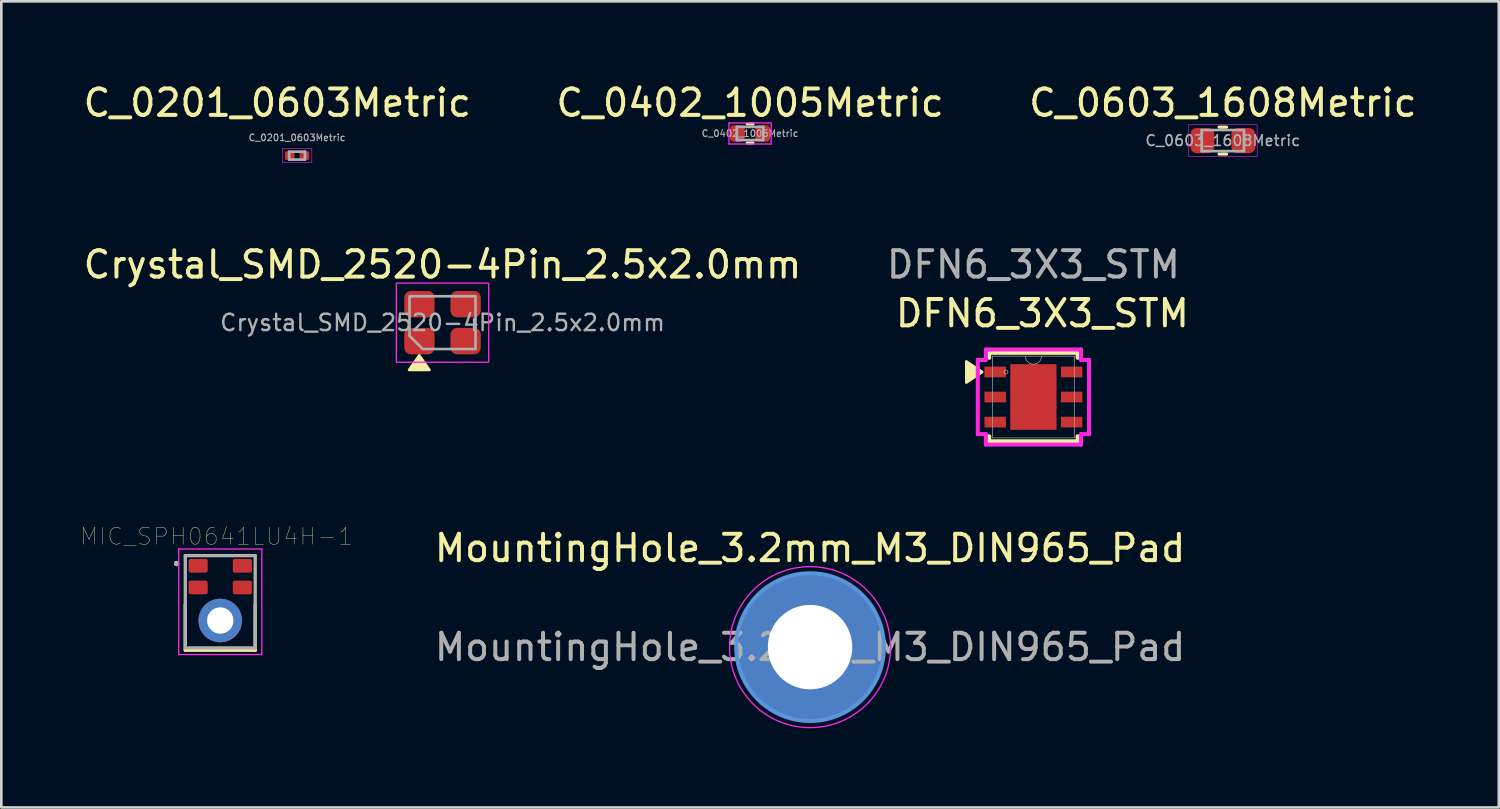
<source format=kicad_pcb>
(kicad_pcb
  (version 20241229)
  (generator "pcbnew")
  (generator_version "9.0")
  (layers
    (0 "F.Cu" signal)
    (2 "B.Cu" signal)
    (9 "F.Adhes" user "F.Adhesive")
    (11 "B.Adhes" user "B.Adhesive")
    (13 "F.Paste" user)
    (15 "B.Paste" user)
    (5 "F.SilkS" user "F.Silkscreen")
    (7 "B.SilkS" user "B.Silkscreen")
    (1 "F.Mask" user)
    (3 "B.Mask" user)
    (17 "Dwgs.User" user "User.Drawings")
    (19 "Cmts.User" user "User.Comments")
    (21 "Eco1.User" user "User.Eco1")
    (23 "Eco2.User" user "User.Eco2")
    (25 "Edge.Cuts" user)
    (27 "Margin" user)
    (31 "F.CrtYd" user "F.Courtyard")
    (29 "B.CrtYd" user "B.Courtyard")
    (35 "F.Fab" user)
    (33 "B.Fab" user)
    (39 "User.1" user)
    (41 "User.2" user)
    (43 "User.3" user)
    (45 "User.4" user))
  (footprint "MIC_SPH0641LU4H-1"
    (layer "F.Cu")
    (at 5.297 20.465)
    (property "Reference" "MIC_SPH0641LU4H-1" (at -0.142 -3.188 180) (layer "F.SilkS") (effects (font (size 0.64 0.64) (thickness 0.015))))
    (attr through_hole)
    (fp_line (start -1.325 1.126) (end -1.325 -0.6) (stroke (width 0.127) (type solid)) (layer "F.SilkS"))
    (fp_line (start 1.325 1.126) (end -1.325 1.126) (stroke (width 0.127) (type solid)) (layer "F.SilkS"))
    (fp_line (start 1.325 -0.6) (end 1.325 1.126) (stroke (width 0.127) (type solid)) (layer "F.SilkS"))
    (fp_circle (center -1.651 -2.159) (end -1.601 -2.159) (stroke (width 0.1) (type solid)) (fill no) (layer "F.SilkS"))
    (fp_poly (pts (xy -0.53 0.38) (xy -0.425 0.28) (xy -0.46 0.23) (xy -0.5 0.12) (xy -0.514 0) (xy -0.5 -0.12) (xy -0.462 -0.225) (xy -0.426 -0.288) (xy -0.525 -0.385) (xy -0.64 -0.5) (xy -0.705 -0.405) (xy -0.75 -0.31) (xy -0.78 -0.22) (xy -0.8 -0.14) (xy -0.81 -0.000001) (xy -0.796 0.16) (xy -0.75 0.31) (xy -0.69 0.425) (xy -0.645 0.495)) (stroke (width 0.001) (type solid)) (fill yes) (layer "F.Paste"))
    (fp_poly (pts (xy 0.53 -0.375) (xy 0.435 -0.28) (xy 0.46 -0.23) (xy 0.485 -0.175) (xy 0.5 -0.12) (xy 0.51 -0.06) (xy 0.514 0) (xy 0.5 0.12) (xy 0.462 0.225) (xy 0.426 0.283) (xy 0.525 0.385) (xy 0.64 0.5) (xy 0.7 0.41) (xy 0.75 0.31) (xy 0.78 0.23) (xy 0.8 0.14) (xy 0.81 0.000001) (xy 0.796 -0.16) (xy 0.75 -0.31) (xy 0.7 -0.415) (xy 0.645 -0.49)) (stroke (width 0.001) (type solid)) (fill yes) (layer "F.Paste"))
    (fp_poly (pts (xy 0.385 0.53) (xy 0.28 0.425) (xy 0.23 0.46) (xy 0.12 0.5) (xy 0 0.514) (xy -0.12 0.5) (xy -0.225 0.462) (xy -0.283 0.421) (xy -0.38 0.52) (xy -0.5 0.64) (xy -0.405 0.705) (xy -0.31 0.75) (xy -0.23 0.78) (xy -0.14 0.8) (xy -0.06 0.81) (xy -0.000001 0.81) (xy 0.065 0.81) (xy 0.16 0.796) (xy 0.235 0.78) (xy 0.31 0.75) (xy 0.405 0.705) (xy 0.5 0.64)) (stroke (width 0.001) (type solid)) (fill yes) (layer "F.Paste"))
    (fp_poly (pts (xy -0.385 -0.53) (xy -0.285 -0.43) (xy -0.23 -0.465) (xy -0.12 -0.505) (xy -0.12 -0.51) (xy -0.11 -0.505) (xy -0.005 -0.52) (xy 0.005 -0.524) (xy 0.005 -0.52) (xy 0.125 -0.505) (xy 0.225 -0.462) (xy 0.293 -0.426) (xy 0.39 -0.525) (xy 0.505 -0.635) (xy 0.41 -0.7) (xy 0.31 -0.75) (xy 0.22 -0.78) (xy 0.14 -0.8) (xy 0.000001 -0.81) (xy -0.16 -0.796) (xy -0.31 -0.75) (xy -0.4 -0.705) (xy -0.5 -0.64)) (stroke (width 0.001) (type solid)) (fill yes) (layer "F.Paste"))
    (fp_line (start -1.575 1.29) (end -1.575 -2.71) (stroke (width 0.05) (type solid)) (layer "F.CrtYd"))
    (fp_line (start -1.575 -2.71) (end 1.575 -2.71) (stroke (width 0.05) (type solid)) (layer "F.CrtYd"))
    (fp_line (start 1.575 -2.71) (end 1.575 1.29) (stroke (width 0.05) (type solid)) (layer "F.CrtYd"))
    (fp_line (start 1.575 1.29) (end -1.575 1.29) (stroke (width 0.05) (type solid)) (layer "F.CrtYd"))
    (fp_line (start -1.325 -2.46) (end 1.325 -2.46) (stroke (width 0.127) (type solid)) (layer "F.Fab"))
    (fp_line (start -1.325 1.04) (end -1.325 -2.46) (stroke (width 0.127) (type solid)) (layer "F.Fab"))
    (fp_line (start 1.325 -2.46) (end 1.325 1.04) (stroke (width 0.127) (type solid)) (layer "F.Fab"))
    (fp_line (start 1.325 1.04) (end -1.325 1.04) (stroke (width 0.127) (type solid)) (layer "F.Fab"))
    (fp_circle (center -1.651 -2.159) (end -1.601 -2.159) (stroke (width 0.1) (type solid)) (fill no) (layer "F.Fab"))
    (pad "1" smd roundrect (at -0.838 -2.074 4.999992598e-08) (size 0.725 0.522) (layers "F.Cu" "F.Mask" "F.Paste") (roundrect_rratio 0.15))
    (pad "2" smd roundrect (at -0.837 -1.252 4.999992598e-08) (size 0.725 0.522) (layers "F.Cu" "F.Mask" "F.Paste") (roundrect_rratio 0.15))
    (pad "3" thru_hole circle (at 0 0 4.999992598e-08) (size 1.65 1.65) (drill 1) (layers "*.Cu" "F.Mask") (remove_unused_layers yes) (keep_end_layers yes) (zone_layer_connections))
    (pad "4" smd roundrect (at 0.837 -1.252 4.999992598e-08) (size 0.725 0.522) (layers "F.Cu" "F.Mask" "F.Paste") (roundrect_rratio 0.15))
    (pad "5" smd roundrect (at 0.838 -2.074 4.999992598e-08) (size 0.725 0.522) (layers "F.Cu" "F.Mask" "F.Paste") (roundrect_rratio 0.15)))
  (footprint "MountingHole_3.2mm_M3_DIN965_Pad"
    (layer "F.Cu")
    (at 27.649 21.474)
    (property "Reference" "MountingHole_3.2mm_M3_DIN965_Pad" (at 0 -3.75 0) (layer "F.SilkS") (effects (font (size 1 1) (thickness 0.15))))
    (attr exclude_from_pos_files exclude_from_bom)
    (fp_circle (center 0 0) (end 2.8 0) (stroke (width 0.15) (type solid)) (fill no) (layer "Cmts.User"))
    (fp_circle (center 0 0) (end 3.05 0) (stroke (width 0.05) (type solid)) (fill no) (layer "F.CrtYd"))
    (fp_text user "${REFERENCE}" (at 0 0 0) (layer "F.Fab") (effects (font (size 1 1) (thickness 0.15))))
    (pad "1" thru_hole circle (at 0 0) (size 5.6 5.6) (drill 3.2) (layers "*.Cu" "*.Mask") (remove_unused_layers yes) (keep_end_layers yes) (zone_layer_connections)))
  (footprint "DFN6_3X3_STM"
    (layer "F.Cu")
    (at 36.113 11.996)
    (property "Reference" "DFN6_3X3_STM" (at 0.34 -3.17 0) (unlocked yes) (layer "F.SilkS") (effects (font (size 1 1) (thickness 0.15))))
    (attr smd)
    (fp_line (start -1.676 -1.676) (end -1.676 -1.486) (stroke (width 0.152) (type solid)) (layer "F.SilkS"))
    (fp_line (start -1.676 1.486) (end -1.676 1.676) (stroke (width 0.152) (type solid)) (layer "F.SilkS"))
    (fp_line (start -1.676 1.676) (end 1.676 1.676) (stroke (width 0.152) (type solid)) (layer "F.SilkS"))
    (fp_line (start 1.676 -1.676) (end -1.676 -1.676) (stroke (width 0.152) (type solid)) (layer "F.SilkS"))
    (fp_line (start 1.676 -1.486) (end 1.676 -1.676) (stroke (width 0.152) (type solid)) (layer "F.SilkS"))
    (fp_line (start 1.676 1.676) (end 1.676 1.486) (stroke (width 0.152) (type solid)) (layer "F.SilkS"))
    (fp_poly (pts (xy -1.942 -0.948) (xy -2.542 -1.348) (xy -2.542 -0.548)) (stroke (width 0.1) (type solid)) (fill yes) (layer "F.SilkS"))
    (fp_line (start -2.108 -1.407) (end -1.803 -1.407) (stroke (width 0.152) (type solid)) (layer "F.CrtYd"))
    (fp_line (start -2.108 1.407) (end -2.108 -1.407) (stroke (width 0.152) (type solid)) (layer "F.CrtYd"))
    (fp_line (start -2.108 1.407) (end -1.803 1.407) (stroke (width 0.152) (type solid)) (layer "F.CrtYd"))
    (fp_line (start -1.803 -1.803) (end 1.803 -1.803) (stroke (width 0.152) (type solid)) (layer "F.CrtYd"))
    (fp_line (start -1.803 -1.407) (end -1.803 -1.803) (stroke (width 0.152) (type solid)) (layer "F.CrtYd"))
    (fp_line (start -1.803 1.803) (end -1.803 1.407) (stroke (width 0.152) (type solid)) (layer "F.CrtYd"))
    (fp_line (start 1.803 -1.803) (end 1.803 -1.407) (stroke (width 0.152) (type solid)) (layer "F.CrtYd"))
    (fp_line (start 1.803 1.407) (end 1.803 1.803) (stroke (width 0.152) (type solid)) (layer "F.CrtYd"))
    (fp_line (start 1.803 1.803) (end -1.803 1.803) (stroke (width 0.152) (type solid)) (layer "F.CrtYd"))
    (fp_line (start 2.108 -1.407) (end 1.803 -1.407) (stroke (width 0.152) (type solid)) (layer "F.CrtYd"))
    (fp_line (start 2.108 -1.407) (end 2.108 1.407) (stroke (width 0.152) (type solid)) (layer "F.CrtYd"))
    (fp_line (start 2.108 1.407) (end 1.803 1.407) (stroke (width 0.152) (type solid)) (layer "F.CrtYd"))
    (fp_line (start -1.549 -1.549) (end -1.549 1.549) (stroke (width 0.025) (type solid)) (layer "F.Fab"))
    (fp_line (start -1.549 1.549) (end 1.549 1.549) (stroke (width 0.025) (type solid)) (layer "F.Fab"))
    (fp_line (start 1.549 -1.549) (end -1.549 -1.549) (stroke (width 0.025) (type solid)) (layer "F.Fab"))
    (fp_line (start 1.549 1.549) (end 1.549 -1.549) (stroke (width 0.025) (type solid)) (layer "F.Fab"))
    (fp_arc (start 0.3048 -1.5494) (mid 0 -1.2446) (end -0.3048 -1.5494) (stroke (width 0.0254) (type solid)) (layer "F.Fab"))
    (fp_circle (center -1.041 -0.95) (end -0.965 -0.95) (stroke (width 0.025) (type solid)) (fill no) (layer "F.Fab"))
    (fp_text user "${REFERENCE}" (at 0 -5.02 0) (unlocked yes) (layer "F.Fab") (effects (font (size 1 1) (thickness 0.15))))
    (pad "1" smd rect (at -1.448 -0.95) (size 0.813 0.406) (layers "F.Cu" "F.Mask" "F.Paste"))
    (pad "2" smd rect (at -1.448 0) (size 0.813 0.406) (layers "F.Cu" "F.Mask" "F.Paste"))
    (pad "3" smd rect (at -1.448 0.95) (size 0.813 0.406) (layers "F.Cu" "F.Mask" "F.Paste"))
    (pad "4" smd rect (at 1.448 0.95) (size 0.813 0.406) (layers "F.Cu" "F.Mask" "F.Paste"))
    (pad "5" smd rect (at 1.448 0) (size 0.813 0.406) (layers "F.Cu" "F.Mask" "F.Paste"))
    (pad "6" smd rect (at 1.448 -0.95) (size 0.813 0.406) (layers "F.Cu" "F.Mask" "F.Paste"))
    (pad "7" smd rect (at 0 0) (size 1.753 2.489) (layers "F.Cu" "F.Mask" "F.Paste")))
  (footprint "C_0402_1005Metric"
    (layer "F.Cu")
    (at 25.375 2.008)
    (property "Reference" "C_0402_1005Metric" (at 0.000001 -1.16 180) (layer "F.SilkS") (effects (font (size 1 1) (thickness 0.15))))
    (attr smd)
    (fp_line (start -0.108 -0.36) (end 0.108 -0.36) (stroke (width 0.12) (type solid)) (layer "F.SilkS"))
    (fp_line (start -0.108 0.36) (end 0.108 0.36) (stroke (width 0.12) (type solid)) (layer "F.SilkS"))
    (fp_line (start -0.8 0.4) (end -0.8 -0.4) (stroke (width 0.05) (type solid)) (layer "F.CrtYd"))
    (fp_line (start -0.8 -0.4) (end 0.8 -0.4) (stroke (width 0.05) (type solid)) (layer "F.CrtYd"))
    (fp_line (start 0.8 0.4) (end -0.8 0.4) (stroke (width 0.05) (type solid)) (layer "F.CrtYd"))
    (fp_line (start 0.8 -0.4) (end 0.8 0.4) (stroke (width 0.05) (type solid)) (layer "F.CrtYd"))
    (fp_line (start -0.5 -0.25) (end 0.5 -0.25) (stroke (width 0.1) (type solid)) (layer "F.Fab"))
    (fp_line (start -0.5 0.25) (end -0.5 -0.25) (stroke (width 0.1) (type solid)) (layer "F.Fab"))
    (fp_line (start 0.5 -0.25) (end 0.5 0.25) (stroke (width 0.1) (type solid)) (layer "F.Fab"))
    (fp_line (start 0.5 0.25) (end -0.5 0.25) (stroke (width 0.1) (type solid)) (layer "F.Fab"))
    (fp_text user "${REFERENCE}" (at 0 0 180) (layer "F.Fab") (effects (font (size 0.25 0.25) (thickness 0.04))))
    (pad "1" smd roundrect (at -0.48 -0.000001 4.999992598e-08) (size 0.56 0.62) (layers "F.Cu" "F.Mask" "F.Paste") (roundrect_rratio 0.25))
    (pad "2" smd roundrect (at 0.48 0.000001 4.999992598e-08) (size 0.56 0.62) (layers "F.Cu" "F.Mask" "F.Paste") (roundrect_rratio 0.25)))
  (footprint "C_0201_0603Metric"
    (layer "F.Cu")
    (at 8.208 2.848)
    (property "Reference" "C_0201_0603Metric" (at -0.75 -2 0) (layer "F.SilkS") (effects (font (size 1 1) (thickness 0.15))))
    (attr smd)
    (fp_line (start -0.56 -0.27) (end 0.56 -0.27) (stroke (width 0.02) (type solid)) (layer "F.CrtYd"))
    (fp_line (start -0.56 0.27) (end -0.56 -0.27) (stroke (width 0.02) (type solid)) (layer "F.CrtYd"))
    (fp_line (start 0.56 -0.27) (end 0.56 0.27) (stroke (width 0.02) (type solid)) (layer "F.CrtYd"))
    (fp_line (start 0.56 0.27) (end -0.56 0.27) (stroke (width 0.02) (type solid)) (layer "F.CrtYd"))
    (fp_line (start -0.3 -0.15) (end 0.3 -0.15) (stroke (width 0.1) (type solid)) (layer "F.Fab"))
    (fp_line (start -0.3 0.15) (end -0.3 -0.15) (stroke (width 0.1) (type solid)) (layer "F.Fab"))
    (fp_line (start 0.3 -0.15) (end 0.3 0.15) (stroke (width 0.1) (type solid)) (layer "F.Fab"))
    (fp_line (start 0.3 0.15) (end -0.3 0.15) (stroke (width 0.1) (type solid)) (layer "F.Fab"))
    (fp_text user "${REFERENCE}" (at 0 -0.68 0) (layer "F.Fab") (effects (font (size 0.25 0.25) (thickness 0.04))))
    (pad "1" smd roundrect (at -0.28 0) (size 0.36 0.32) (layers "F.Cu" "F.Mask" "F.Paste") (roundrect_rratio 0.125))
    (pad "2" smd roundrect (at 0.28 0) (size 0.36 0.32) (layers "F.Cu" "F.Mask" "F.Paste") (roundrect_rratio 0.125)))
  (footprint "Crystal_SMD_2520-4Pin_2.5x2.0mm"
    (layer "F.Cu")
    (at 13.72 9.177)
    (property "Reference" "Crystal_SMD_2520-4Pin_2.5x2.0mm" (at 0 -2.2 0) (layer "F.SilkS") (effects (font (size 1 1) (thickness 0.15))))
    (attr smd)
    (fp_poly (pts (xy -0.881 1.242) (xy -1.266 1.792) (xy -0.496 1.792)) (stroke (width 0.1) (type solid)) (fill yes) (layer "F.SilkS"))
    (fp_rect (start -1.75 -1.5) (end 1.75 1.5) (stroke (width 0.05) (type solid)) (fill no) (layer "F.CrtYd"))
    (fp_poly (pts (xy -1.25 -1) (xy -1.25 0.5) (xy -0.75 1) (xy 1.25 1) (xy 1.25 -1)) (stroke (width 0.1) (type solid)) (fill no) (layer "F.Fab"))
    (fp_text user "${REFERENCE}" (at 0 0 0) (layer "F.Fab") (effects (font (size 0.62 0.62) (thickness 0.09))))
    (pad "1" smd roundrect (at -0.875 0.7) (size 1.15 1) (layers "F.Cu" "F.Mask" "F.Paste") (roundrect_rratio 0.25))
    (pad "2" smd roundrect (at 0.875 0.7) (size 1.15 1) (layers "F.Cu" "F.Mask" "F.Paste") (roundrect_rratio 0.25))
    (pad "3" smd roundrect (at 0.875 -0.7) (size 1.15 1) (layers "F.Cu" "F.Mask" "F.Paste") (roundrect_rratio 0.25))
    (pad "4" smd roundrect (at -0.875 -0.7) (size 1.15 1) (layers "F.Cu" "F.Mask" "F.Paste") (roundrect_rratio 0.25)))
  (footprint "C_0603_1608Metric"
    (layer "F.Cu")
    (at 43.292 2.278)
    (property "Reference" "C_0603_1608Metric" (at 0 -1.43 0) (layer "F.SilkS") (effects (font (size 1 1) (thickness 0.15))))
    (attr smd)
    (fp_line (start -0.141 -0.51) (end 0.141 -0.51) (stroke (width 0.12) (type solid)) (layer "F.SilkS"))
    (fp_line (start -0.141 0.51) (end 0.141 0.51) (stroke (width 0.12) (type solid)) (layer "F.SilkS"))
    (fp_rect (start -1.3 -0.6) (end 1.3 0.6) (stroke (width 0.02) (type solid)) (fill no) (layer "F.CrtYd"))
    (fp_line (start -0.8 -0.4) (end 0.8 -0.4) (stroke (width 0.1) (type solid)) (layer "F.Fab"))
    (fp_line (start -0.8 0.4) (end -0.8 -0.4) (stroke (width 0.1) (type solid)) (layer "F.Fab"))
    (fp_line (start 0.8 -0.4) (end 0.8 0.4) (stroke (width 0.1) (type solid)) (layer "F.Fab"))
    (fp_line (start 0.8 0.4) (end -0.8 0.4) (stroke (width 0.1) (type solid)) (layer "F.Fab"))
    (fp_text user "${REFERENCE}" (at 0 0 0) (layer "F.Fab") (effects (font (size 0.4 0.4) (thickness 0.06))))
    (pad "1" smd roundrect (at -0.775 0) (size 0.9 0.95) (layers "F.Cu" "F.Mask" "F.Paste") (roundrect_rratio 0.25))
    (pad "2" smd roundrect (at 0.775 0) (size 0.9 0.95) (layers "F.Cu" "F.Mask" "F.Paste") (roundrect_rratio 0.25)))
  (gr_rect
    (start -3 -3)
    (end 53.75 27.549)
    (stroke (width 0.1) (type default))
    (fill no)
    (layer "Edge.Cuts")))
</source>
